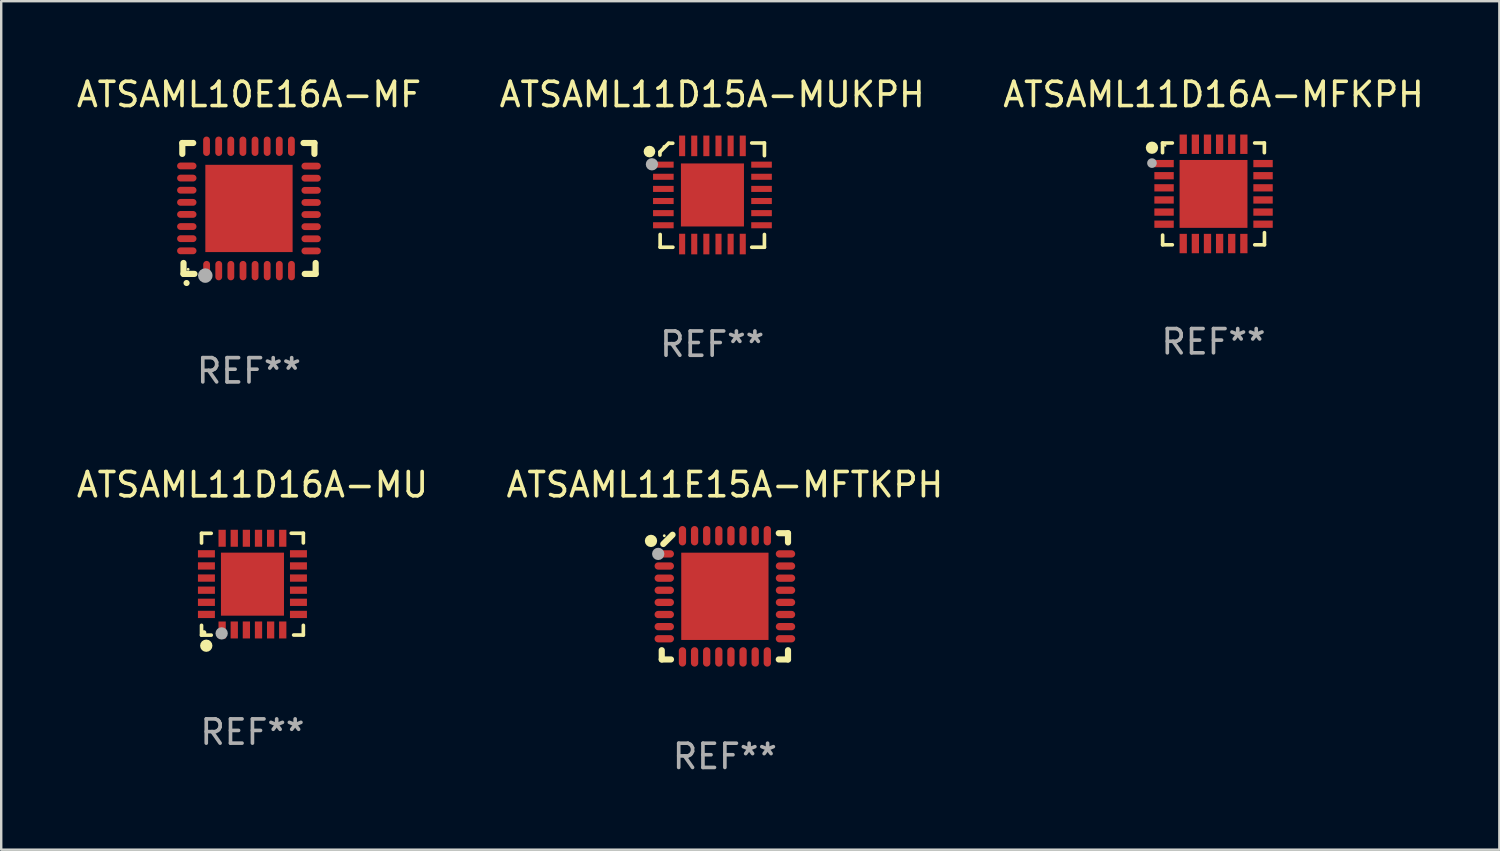
<source format=kicad_pcb>
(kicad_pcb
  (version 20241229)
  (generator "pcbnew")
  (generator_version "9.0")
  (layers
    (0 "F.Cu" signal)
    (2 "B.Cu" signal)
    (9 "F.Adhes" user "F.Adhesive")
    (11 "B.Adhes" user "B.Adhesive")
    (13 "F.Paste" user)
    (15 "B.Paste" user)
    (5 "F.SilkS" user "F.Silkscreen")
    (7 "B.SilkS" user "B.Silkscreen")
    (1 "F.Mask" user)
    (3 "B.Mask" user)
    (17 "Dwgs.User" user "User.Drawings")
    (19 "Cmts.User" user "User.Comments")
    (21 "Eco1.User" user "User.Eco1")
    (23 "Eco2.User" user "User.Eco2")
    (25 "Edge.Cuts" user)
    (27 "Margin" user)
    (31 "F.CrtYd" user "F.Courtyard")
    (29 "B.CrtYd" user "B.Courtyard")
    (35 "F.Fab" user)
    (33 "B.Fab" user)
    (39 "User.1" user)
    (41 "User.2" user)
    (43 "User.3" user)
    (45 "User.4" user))
  (footprint "ATSAML11D15A-MUKPH"
    (layer "F.Cu")
    (at 26.327 4.998)
    (property "Reference" "ATSAML11D15A-MUKPH" (at 0 -4.15 0) (layer "F.SilkS") (effects (font (size 1 1) (thickness 0.15))))
    (attr through_hole)
    (fp_line (start -2.155 -1.779) (end -2.155 -1.652) (stroke (width 0.15) (type solid)) (layer "F.SilkS"))
    (fp_line (start -2.146 2.15) (end -2.146 1.624) (stroke (width 0.15) (type solid)) (layer "F.SilkS"))
    (fp_line (start -1.795 -2.14) (end -2.155 -1.779) (stroke (width 0.15) (type solid)) (layer "F.SilkS"))
    (fp_line (start -1.625 -2.14) (end -1.795 -2.14) (stroke (width 0.15) (type solid)) (layer "F.SilkS"))
    (fp_line (start -1.62 2.15) (end -2.146 2.15) (stroke (width 0.15) (type solid)) (layer "F.SilkS"))
    (fp_line (start 1.631 -2.15) (end 2.155 -2.15) (stroke (width 0.15) (type solid)) (layer "F.SilkS"))
    (fp_line (start 1.631 2.15) (end 2.155 2.15) (stroke (width 0.15) (type solid)) (layer "F.SilkS"))
    (fp_line (start 2.155 -2.15) (end 2.155 -1.627) (stroke (width 0.15) (type solid)) (layer "F.SilkS"))
    (fp_line (start 2.155 2.15) (end 2.155 1.624) (stroke (width 0.15) (type solid)) (layer "F.SilkS"))
    (fp_circle (center -2.587 -1.796) (end -2.467 -1.796) (stroke (width 0.24) (type solid)) (fill no) (layer "F.SilkS"))
    (fp_circle (center -1.99 -2.006) (end -1.96 -2.006) (stroke (width 0.06) (type solid)) (fill no) (layer "F.SilkS"))
    (fp_circle (center -2.485 -1.271) (end -2.358 -1.271) (stroke (width 0.254) (type solid)) (fill no) (layer "F.Fab"))
    (fp_text user "REF**" (at 0 6.15 0) (layer "F.Fab") (effects (font (size 1 1) (thickness 0.15))))
    (pad "1" smd rect (at -2.014 -1.256) (size 0.85 0.25) (layers "F.Cu" "F.Mask" "F.Paste"))
    (pad "2" smd rect (at -2.014 -0.756) (size 0.85 0.25) (layers "F.Cu" "F.Mask" "F.Paste"))
    (pad "3" smd rect (at -2.014 -0.256) (size 0.85 0.25) (layers "F.Cu" "F.Mask" "F.Paste"))
    (pad "4" smd rect (at -2.014 0.244) (size 0.85 0.25) (layers "F.Cu" "F.Mask" "F.Paste"))
    (pad "5" smd rect (at -2.014 0.744) (size 0.85 0.25) (layers "F.Cu" "F.Mask" "F.Paste"))
    (pad "6" smd rect (at -2.014 1.244) (size 0.85 0.25) (layers "F.Cu" "F.Mask" "F.Paste"))
    (pad "7" smd rect (at -1.239 2.019 90) (size 0.85 0.25) (layers "F.Cu" "F.Mask" "F.Paste"))
    (pad "8" smd rect (at -0.74 2.019 90) (size 0.85 0.25) (layers "F.Cu" "F.Mask" "F.Paste"))
    (pad "9" smd rect (at -0.24 2.019 90) (size 0.85 0.25) (layers "F.Cu" "F.Mask" "F.Paste"))
    (pad "10" smd rect (at 0.261 2.019 90) (size 0.85 0.25) (layers "F.Cu" "F.Mask" "F.Paste"))
    (pad "11" smd rect (at 0.761 2.019 90) (size 0.85 0.25) (layers "F.Cu" "F.Mask" "F.Paste"))
    (pad "12" smd rect (at 1.261 2.019 90) (size 0.85 0.25) (layers "F.Cu" "F.Mask" "F.Paste"))
    (pad "13" smd rect (at 2.036 1.244) (size 0.85 0.25) (layers "F.Cu" "F.Mask" "F.Paste"))
    (pad "14" smd rect (at 2.036 0.744) (size 0.85 0.25) (layers "F.Cu" "F.Mask" "F.Paste"))
    (pad "15" smd rect (at 2.036 0.244) (size 0.85 0.25) (layers "F.Cu" "F.Mask" "F.Paste"))
    (pad "16" smd rect (at 2.036 -0.256) (size 0.85 0.25) (layers "F.Cu" "F.Mask" "F.Paste"))
    (pad "17" smd rect (at 2.036 -0.756) (size 0.85 0.25) (layers "F.Cu" "F.Mask" "F.Paste"))
    (pad "18" smd rect (at 2.036 -1.256) (size 0.85 0.25) (layers "F.Cu" "F.Mask" "F.Paste"))
    (pad "19" smd rect (at 1.261 -2.031 90) (size 0.85 0.25) (layers "F.Cu" "F.Mask" "F.Paste"))
    (pad "20" smd rect (at 0.761 -2.031 90) (size 0.85 0.25) (layers "F.Cu" "F.Mask" "F.Paste"))
    (pad "21" smd rect (at 0.261 -2.031 90) (size 0.85 0.25) (layers "F.Cu" "F.Mask" "F.Paste"))
    (pad "22" smd rect (at -0.24 -2.031 90) (size 0.85 0.25) (layers "F.Cu" "F.Mask" "F.Paste"))
    (pad "23" smd rect (at -0.74 -2.031 90) (size 0.85 0.25) (layers "F.Cu" "F.Mask" "F.Paste"))
    (pad "24" smd rect (at -1.239 -2.031 90) (size 0.85 0.25) (layers "F.Cu" "F.Mask" "F.Paste"))
    (pad "25" smd rect (at 0.011 -0.006) (size 2.6 2.6) (layers "F.Cu" "F.Mask" "F.Paste")))
  (footprint "ATSAML10E16A-MF"
    (layer "F.Cu")
    (at 7.22 5.548)
    (property "Reference" "ATSAML10E16A-MF" (at 0 -4.7 0) (layer "F.SilkS") (effects (font (size 1 1) (thickness 0.15))))
    (attr through_hole)
    (fp_line (start -2.75 -2.7) (end -2.75 -2.25) (stroke (width 0.254) (type solid)) (layer "F.SilkS"))
    (fp_line (start -2.7 2.7) (end -2.7 2.25) (stroke (width 0.254) (type solid)) (layer "F.SilkS"))
    (fp_line (start -2.3 -2.7) (end -2.75 -2.7) (stroke (width 0.254) (type solid)) (layer "F.SilkS"))
    (fp_line (start -2.25 2.7) (end -2.7 2.7) (stroke (width 0.254) (type solid)) (layer "F.SilkS"))
    (fp_line (start 2.3 2.7) (end 2.75 2.7) (stroke (width 0.254) (type solid)) (layer "F.SilkS"))
    (fp_line (start 2.7 -2.7) (end 2.25 -2.7) (stroke (width 0.254) (type solid)) (layer "F.SilkS"))
    (fp_line (start 2.7 -2.25) (end 2.7 -2.7) (stroke (width 0.254) (type solid)) (layer "F.SilkS"))
    (fp_line (start 2.75 2.7) (end 2.75 2.25) (stroke (width 0.254) (type solid)) (layer "F.SilkS"))
    (fp_arc (start -2.575565 3.075946) (mid -2.574295 3.07594) (end -2.573025 3.075946) (stroke (width 0.25) (type solid)) (layer "F.SilkS"))
    (fp_circle (center -2.51 2.51) (end -2.48 2.51) (stroke (width 0.06) (type solid)) (fill no) (layer "F.SilkS"))
    (fp_circle (center -1.803 2.769) (end -1.653 2.769) (stroke (width 0.3) (type solid)) (fill no) (layer "F.Fab"))
    (fp_text user "REF**" (at 0 6.7 0) (layer "F.Fab") (effects (font (size 1 1) (thickness 0.15))))
    (pad "1" smd oval (at -1.747 2.565) (size 0.28 0.8) (layers "F.Cu" "F.Mask" "F.Paste"))
    (pad "2" smd oval (at -1.247 2.565) (size 0.28 0.8) (layers "F.Cu" "F.Mask" "F.Paste"))
    (pad "3" smd oval (at -0.747 2.565) (size 0.28 0.8) (layers "F.Cu" "F.Mask" "F.Paste"))
    (pad "4" smd oval (at -0.246 2.565) (size 0.28 0.8) (layers "F.Cu" "F.Mask" "F.Paste"))
    (pad "5" smd oval (at 0.252 2.565) (size 0.28 0.8) (layers "F.Cu" "F.Mask" "F.Paste"))
    (pad "6" smd oval (at 0.752 2.565) (size 0.28 0.8) (layers "F.Cu" "F.Mask" "F.Paste"))
    (pad "7" smd oval (at 1.252 2.565) (size 0.28 0.8) (layers "F.Cu" "F.Mask" "F.Paste"))
    (pad "8" smd oval (at 1.753 2.565) (size 0.28 0.8) (layers "F.Cu" "F.Mask" "F.Paste"))
    (pad "9" smd oval (at 2.565 1.753) (size 0.8 0.28) (layers "F.Cu" "F.Mask" "F.Paste"))
    (pad "10" smd oval (at 2.565 1.252) (size 0.8 0.28) (layers "F.Cu" "F.Mask" "F.Paste"))
    (pad "11" smd oval (at 2.565 0.752) (size 0.8 0.28) (layers "F.Cu" "F.Mask" "F.Paste"))
    (pad "12" smd oval (at 2.565 0.252) (size 0.8 0.28) (layers "F.Cu" "F.Mask" "F.Paste"))
    (pad "13" smd oval (at 2.565 -0.246) (size 0.8 0.28) (layers "F.Cu" "F.Mask" "F.Paste"))
    (pad "14" smd oval (at 2.565 -0.747) (size 0.8 0.28) (layers "F.Cu" "F.Mask" "F.Paste"))
    (pad "15" smd oval (at 2.565 -1.247) (size 0.8 0.28) (layers "F.Cu" "F.Mask" "F.Paste"))
    (pad "16" smd oval (at 2.565 -1.747) (size 0.8 0.28) (layers "F.Cu" "F.Mask" "F.Paste"))
    (pad "17" smd oval (at 1.75 -2.565) (size 0.28 0.8) (layers "F.Cu" "F.Mask" "F.Paste"))
    (pad "18" smd oval (at 1.25 -2.565) (size 0.28 0.8) (layers "F.Cu" "F.Mask" "F.Paste"))
    (pad "19" smd oval (at 0.75 -2.565) (size 0.28 0.8) (layers "F.Cu" "F.Mask" "F.Paste"))
    (pad "20" smd oval (at 0.25 -2.565) (size 0.28 0.8) (layers "F.Cu" "F.Mask" "F.Paste"))
    (pad "21" smd oval (at -0.25 -2.565) (size 0.28 0.8) (layers "F.Cu" "F.Mask" "F.Paste"))
    (pad "22" smd oval (at -0.75 -2.565) (size 0.28 0.8) (layers "F.Cu" "F.Mask" "F.Paste"))
    (pad "23" smd oval (at -1.25 -2.565) (size 0.28 0.8) (layers "F.Cu" "F.Mask" "F.Paste"))
    (pad "24" smd oval (at -1.75 -2.565) (size 0.28 0.8) (layers "F.Cu" "F.Mask" "F.Paste"))
    (pad "25" smd oval (at -2.565 -1.753) (size 0.8 0.28) (layers "F.Cu" "F.Mask" "F.Paste"))
    (pad "26" smd oval (at -2.565 -1.252) (size 0.8 0.28) (layers "F.Cu" "F.Mask" "F.Paste"))
    (pad "27" smd oval (at -2.565 -0.752) (size 0.8 0.28) (layers "F.Cu" "F.Mask" "F.Paste"))
    (pad "28" smd oval (at -2.565 -0.251) (size 0.8 0.28) (layers "F.Cu" "F.Mask" "F.Paste"))
    (pad "29" smd oval (at -2.565 0.246) (size 0.8 0.28) (layers "F.Cu" "F.Mask" "F.Paste"))
    (pad "30" smd oval (at -2.565 0.747) (size 0.8 0.28) (layers "F.Cu" "F.Mask" "F.Paste"))
    (pad "31" smd oval (at -2.565 1.247) (size 0.8 0.28) (layers "F.Cu" "F.Mask" "F.Paste"))
    (pad "32" smd oval (at -2.565 1.748) (size 0.8 0.28) (layers "F.Cu" "F.Mask" "F.Paste"))
    (pad "33" smd rect (at 0.000076 0.000076) (size 3.6 3.6) (layers "F.Cu" "F.Mask" "F.Paste")))
  (footprint "ATSAML11D16A-MU"
    (layer "F.Cu")
    (at 7.363 21.047)
    (property "Reference" "ATSAML11D16A-MU" (at 0 -4.102 0) (layer "F.SilkS") (effects (font (size 1 1) (thickness 0.15))))
    (attr through_hole)
    (fp_line (start -2.1 -2.098) (end -1.7 -2.098) (stroke (width 0.15) (type solid)) (layer "F.SilkS"))
    (fp_line (start -2.1 -1.698) (end -2.1 -2.098) (stroke (width 0.15) (type solid)) (layer "F.SilkS"))
    (fp_line (start -2.1 2.102) (end -2.1 1.698) (stroke (width 0.15) (type solid)) (layer "F.SilkS"))
    (fp_line (start -1.7 2.102) (end -2.1 2.102) (stroke (width 0.15) (type solid)) (layer "F.SilkS"))
    (fp_line (start 1.6 -2.102) (end 2.1 -2.102) (stroke (width 0.15) (type solid)) (layer "F.SilkS"))
    (fp_line (start 1.7 2.098) (end 2.1 2.098) (stroke (width 0.15) (type solid)) (layer "F.SilkS"))
    (fp_line (start 2.1 -2.102) (end 2.1 -1.702) (stroke (width 0.15) (type solid)) (layer "F.SilkS"))
    (fp_line (start 2.1 2.098) (end 2.1 1.698) (stroke (width 0.15) (type solid)) (layer "F.SilkS"))
    (fp_circle (center -2 1.998) (end -1.95 1.998) (stroke (width 0.1) (type solid)) (fill no) (layer "F.SilkS"))
    (fp_circle (center -1.905 2.538) (end -1.778 2.538) (stroke (width 0.254) (type solid)) (fill no) (layer "F.SilkS"))
    (fp_circle (center -1.27 2.03) (end -1.143 2.03) (stroke (width 0.254) (type solid)) (fill no) (layer "F.Fab"))
    (fp_text user "REF**" (at 0 6.102 0) (layer "F.Fab") (effects (font (size 1 1) (thickness 0.15))))
    (pad "1" smd rect (at -1.25 1.89 180) (size 0.3 0.7) (layers "F.Cu" "F.Mask" "F.Paste"))
    (pad "2" smd rect (at -0.75 1.889 180) (size 0.3 0.7) (layers "F.Cu" "F.Mask" "F.Paste"))
    (pad "3" smd rect (at -0.25 1.889 180) (size 0.3 0.7) (layers "F.Cu" "F.Mask" "F.Paste"))
    (pad "4" smd rect (at 0.25 1.889 180) (size 0.3 0.7) (layers "F.Cu" "F.Mask" "F.Paste"))
    (pad "5" smd rect (at 0.75 1.889 180) (size 0.3 0.7) (layers "F.Cu" "F.Mask" "F.Paste"))
    (pad "6" smd rect (at 1.25 1.889 180) (size 0.3 0.7) (layers "F.Cu" "F.Mask" "F.Paste"))
    (pad "7" smd rect (at 1.898 1.248 270) (size 0.3 0.7) (layers "F.Cu" "F.Mask" "F.Paste"))
    (pad "8" smd rect (at 1.898 0.748 270) (size 0.3 0.7) (layers "F.Cu" "F.Mask" "F.Paste"))
    (pad "9" smd rect (at 1.898 0.248 270) (size 0.3 0.7) (layers "F.Cu" "F.Mask" "F.Paste"))
    (pad "10" smd rect (at 1.898 -0.252 270) (size 0.3 0.7) (layers "F.Cu" "F.Mask" "F.Paste"))
    (pad "11" smd rect (at 1.898 -0.752 270) (size 0.3 0.7) (layers "F.Cu" "F.Mask" "F.Paste"))
    (pad "12" smd rect (at 1.898 -1.252 270) (size 0.3 0.7) (layers "F.Cu" "F.Mask" "F.Paste"))
    (pad "13" smd rect (at 1.25 -1.894) (size 0.3 0.7) (layers "F.Cu" "F.Mask" "F.Paste"))
    (pad "14" smd rect (at 0.75 -1.894) (size 0.3 0.7) (layers "F.Cu" "F.Mask" "F.Paste"))
    (pad "15" smd rect (at 0.25 -1.894) (size 0.3 0.7) (layers "F.Cu" "F.Mask" "F.Paste"))
    (pad "16" smd rect (at -0.25 -1.894) (size 0.3 0.7) (layers "F.Cu" "F.Mask" "F.Paste"))
    (pad "17" smd rect (at -0.75 -1.894) (size 0.3 0.7) (layers "F.Cu" "F.Mask" "F.Paste"))
    (pad "18" smd rect (at -1.25 -1.894) (size 0.3 0.7) (layers "F.Cu" "F.Mask" "F.Paste"))
    (pad "19" smd rect (at -1.898 -1.252 90) (size 0.3 0.7) (layers "F.Cu" "F.Mask" "F.Paste"))
    (pad "20" smd rect (at -1.898 -0.752 90) (size 0.3 0.7) (layers "F.Cu" "F.Mask" "F.Paste"))
    (pad "21" smd rect (at -1.898 -0.252 90) (size 0.3 0.7) (layers "F.Cu" "F.Mask" "F.Paste"))
    (pad "22" smd rect (at -1.898 0.248 90) (size 0.3 0.7) (layers "F.Cu" "F.Mask" "F.Paste"))
    (pad "23" smd rect (at -1.898 0.748 90) (size 0.3 0.7) (layers "F.Cu" "F.Mask" "F.Paste"))
    (pad "24" smd rect (at -1.898 1.248 90) (size 0.3 0.7) (layers "F.Cu" "F.Mask" "F.Paste"))
    (pad "25" smd rect (at 0.001 -0.001 90) (size 2.6 2.6) (layers "F.Cu" "F.Mask" "F.Paste")))
  (footprint "ATSAML11E15A-MFTKPH"
    (layer "F.Cu")
    (at 26.851 21.548)
    (property "Reference" "ATSAML11E15A-MFTKPH" (at 0 -4.604 0) (layer "F.SilkS") (effects (font (size 1 1) (thickness 0.15))))
    (attr through_hole)
    (fp_line (start -2.604 2.223) (end -2.604 2.604) (stroke (width 0.254) (type solid)) (layer "F.SilkS"))
    (fp_line (start -2.604 2.604) (end -2.223 2.604) (stroke (width 0.254) (type solid)) (layer "F.SilkS"))
    (fp_line (start -2.159 -2.54) (end -2.54 -2.159) (stroke (width 0.254) (type solid)) (layer "F.SilkS"))
    (fp_line (start 2.223 2.604) (end 2.604 2.604) (stroke (width 0.254) (type solid)) (layer "F.SilkS"))
    (fp_line (start 2.604 -2.604) (end 2.223 -2.604) (stroke (width 0.254) (type solid)) (layer "F.SilkS"))
    (fp_line (start 2.604 -2.223) (end 2.604 -2.604) (stroke (width 0.254) (type solid)) (layer "F.SilkS"))
    (fp_line (start 2.604 2.604) (end 2.604 2.223) (stroke (width 0.254) (type solid)) (layer "F.SilkS"))
    (fp_circle (center -3.048 -2.286) (end -2.921 -2.286) (stroke (width 0.254) (type solid)) (fill no) (layer "F.SilkS"))
    (fp_circle (center -2.5 -2.5) (end -2.47 -2.5) (stroke (width 0.06) (type solid)) (fill no) (layer "F.SilkS"))
    (fp_circle (center -2.75 -1.75) (end -2.623 -1.75) (stroke (width 0.254) (type solid)) (fill no) (layer "F.Fab"))
    (fp_text user "REF**" (at 0 6.604 0) (layer "F.Fab") (effects (font (size 1 1) (thickness 0.15))))
    (pad "1" smd oval (at -2.5 -1.75) (size 0.8 0.3) (layers "F.Cu" "F.Mask" "F.Paste"))
    (pad "2" smd oval (at -2.5 -1.25) (size 0.8 0.3) (layers "F.Cu" "F.Mask" "F.Paste"))
    (pad "3" smd oval (at -2.5 -0.75) (size 0.8 0.3) (layers "F.Cu" "F.Mask" "F.Paste"))
    (pad "4" smd oval (at -2.5 -0.25) (size 0.8 0.3) (layers "F.Cu" "F.Mask" "F.Paste"))
    (pad "5" smd oval (at -2.5 0.25) (size 0.8 0.3) (layers "F.Cu" "F.Mask" "F.Paste"))
    (pad "6" smd oval (at -2.5 0.75) (size 0.8 0.3) (layers "F.Cu" "F.Mask" "F.Paste"))
    (pad "7" smd oval (at -2.5 1.25) (size 0.8 0.3) (layers "F.Cu" "F.Mask" "F.Paste"))
    (pad "8" smd oval (at -2.5 1.75) (size 0.8 0.3) (layers "F.Cu" "F.Mask" "F.Paste"))
    (pad "9" smd oval (at -1.75 2.5) (size 0.3 0.8) (layers "F.Cu" "F.Mask" "F.Paste"))
    (pad "10" smd oval (at -1.25 2.5) (size 0.3 0.8) (layers "F.Cu" "F.Mask" "F.Paste"))
    (pad "11" smd oval (at -0.75 2.5) (size 0.3 0.8) (layers "F.Cu" "F.Mask" "F.Paste"))
    (pad "12" smd oval (at -0.25 2.5) (size 0.3 0.8) (layers "F.Cu" "F.Mask" "F.Paste"))
    (pad "13" smd oval (at 0.25 2.5) (size 0.3 0.8) (layers "F.Cu" "F.Mask" "F.Paste"))
    (pad "14" smd oval (at 0.75 2.5) (size 0.3 0.8) (layers "F.Cu" "F.Mask" "F.Paste"))
    (pad "15" smd oval (at 1.25 2.5) (size 0.3 0.8) (layers "F.Cu" "F.Mask" "F.Paste"))
    (pad "16" smd oval (at 1.75 2.5) (size 0.3 0.8) (layers "F.Cu" "F.Mask" "F.Paste"))
    (pad "17" smd oval (at 2.5 1.75) (size 0.8 0.3) (layers "F.Cu" "F.Mask" "F.Paste"))
    (pad "18" smd oval (at 2.5 1.25) (size 0.8 0.3) (layers "F.Cu" "F.Mask" "F.Paste"))
    (pad "19" smd oval (at 2.5 0.75) (size 0.8 0.3) (layers "F.Cu" "F.Mask" "F.Paste"))
    (pad "20" smd oval (at 2.5 0.25) (size 0.8 0.3) (layers "F.Cu" "F.Mask" "F.Paste"))
    (pad "21" smd oval (at 2.5 -0.25) (size 0.8 0.3) (layers "F.Cu" "F.Mask" "F.Paste"))
    (pad "22" smd oval (at 2.5 -0.75) (size 0.8 0.3) (layers "F.Cu" "F.Mask" "F.Paste"))
    (pad "23" smd oval (at 2.5 -1.25) (size 0.8 0.3) (layers "F.Cu" "F.Mask" "F.Paste"))
    (pad "24" smd oval (at 2.5 -1.75) (size 0.8 0.3) (layers "F.Cu" "F.Mask" "F.Paste"))
    (pad "25" smd oval (at 1.75 -2.5) (size 0.3 0.8) (layers "F.Cu" "F.Mask" "F.Paste"))
    (pad "26" smd oval (at 1.25 -2.5) (size 0.3 0.8) (layers "F.Cu" "F.Mask" "F.Paste"))
    (pad "27" smd oval (at 0.75 -2.5) (size 0.3 0.8) (layers "F.Cu" "F.Mask" "F.Paste"))
    (pad "28" smd oval (at 0.25 -2.5) (size 0.3 0.8) (layers "F.Cu" "F.Mask" "F.Paste"))
    (pad "29" smd oval (at -0.25 -2.5) (size 0.3 0.8) (layers "F.Cu" "F.Mask" "F.Paste"))
    (pad "30" smd oval (at -0.75 -2.5) (size 0.3 0.8) (layers "F.Cu" "F.Mask" "F.Paste"))
    (pad "31" smd oval (at -1.25 -2.5) (size 0.3 0.8) (layers "F.Cu" "F.Mask" "F.Paste"))
    (pad "32" smd oval (at -1.75 -2.5) (size 0.3 0.8) (layers "F.Cu" "F.Mask" "F.Paste"))
    (pad "33" smd rect (at -0.000076 0) (size 3.6 3.6) (layers "F.Cu" "F.Mask" "F.Paste")))
  (footprint "ATSAML11D16A-MFKPH"
    (layer "F.Cu")
    (at 47.006 4.948)
    (property "Reference" "ATSAML11D16A-MFKPH" (at 0 -4.1 0) (layer "F.SilkS") (effects (font (size 1 1) (thickness 0.15))))
    (attr through_hole)
    (fp_line (start -2.102 -2.1) (end -1.698 -2.1) (stroke (width 0.15) (type solid)) (layer "F.SilkS"))
    (fp_line (start -2.102 -1.7) (end -2.102 -2.1) (stroke (width 0.15) (type solid)) (layer "F.SilkS"))
    (fp_line (start -2.098 1.7) (end -2.098 2.1) (stroke (width 0.15) (type solid)) (layer "F.SilkS"))
    (fp_line (start -2.098 2.1) (end -1.698 2.1) (stroke (width 0.15) (type solid)) (layer "F.SilkS"))
    (fp_line (start 1.698 -2.1) (end 2.098 -2.1) (stroke (width 0.15) (type solid)) (layer "F.SilkS"))
    (fp_line (start 2.098 -2.1) (end 2.098 -1.7) (stroke (width 0.15) (type solid)) (layer "F.SilkS"))
    (fp_line (start 2.102 1.6) (end 2.102 2.1) (stroke (width 0.15) (type solid)) (layer "F.SilkS"))
    (fp_line (start 2.102 2.1) (end 1.702 2.1) (stroke (width 0.15) (type solid)) (layer "F.SilkS"))
    (fp_circle (center -2.538 -1.905) (end -2.411 -1.905) (stroke (width 0.254) (type solid)) (fill no) (layer "F.SilkS"))
    (fp_circle (center -1.995 -1.996) (end -1.968 -1.996) (stroke (width 0.05) (type solid)) (fill no) (layer "F.SilkS"))
    (fp_circle (center -2.538 -1.27) (end -2.438 -1.27) (stroke (width 0.2) (type solid)) (fill no) (layer "F.Fab"))
    (fp_text user "REF**" (at 0 6.1 0) (layer "F.Fab") (effects (font (size 1 1) (thickness 0.15))))
    (pad "1" smd rect (at -2.039 -1.25) (size 0.8 0.3) (layers "F.Cu" "F.Mask" "F.Paste"))
    (pad "2" smd rect (at -2.039 -0.75) (size 0.8 0.3) (layers "F.Cu" "F.Mask" "F.Paste"))
    (pad "3" smd rect (at -2.039 -0.25) (size 0.8 0.3) (layers "F.Cu" "F.Mask" "F.Paste"))
    (pad "4" smd rect (at -2.039 0.25) (size 0.8 0.3) (layers "F.Cu" "F.Mask" "F.Paste"))
    (pad "5" smd rect (at -2.039 0.75) (size 0.8 0.3) (layers "F.Cu" "F.Mask" "F.Paste"))
    (pad "6" smd rect (at -2.039 1.25) (size 0.8 0.3) (layers "F.Cu" "F.Mask" "F.Paste"))
    (pad "7" smd rect (at -1.248 2.048) (size 0.3 0.8) (layers "F.Cu" "F.Mask" "F.Paste"))
    (pad "8" smd rect (at -0.748 2.048) (size 0.3 0.8) (layers "F.Cu" "F.Mask" "F.Paste"))
    (pad "9" smd rect (at -0.248 2.048) (size 0.3 0.8) (layers "F.Cu" "F.Mask" "F.Paste"))
    (pad "10" smd rect (at 0.252 2.048) (size 0.3 0.8) (layers "F.Cu" "F.Mask" "F.Paste"))
    (pad "11" smd rect (at 0.752 2.048) (size 0.3 0.8) (layers "F.Cu" "F.Mask" "F.Paste"))
    (pad "12" smd rect (at 1.252 2.048) (size 0.3 0.8) (layers "F.Cu" "F.Mask" "F.Paste"))
    (pad "13" smd rect (at 2.044 1.25) (size 0.8 0.3) (layers "F.Cu" "F.Mask" "F.Paste"))
    (pad "14" smd rect (at 2.044 0.75) (size 0.8 0.3) (layers "F.Cu" "F.Mask" "F.Paste"))
    (pad "15" smd rect (at 2.044 0.25) (size 0.8 0.3) (layers "F.Cu" "F.Mask" "F.Paste"))
    (pad "16" smd rect (at 2.044 -0.25) (size 0.8 0.3) (layers "F.Cu" "F.Mask" "F.Paste"))
    (pad "17" smd rect (at 2.044 -0.75) (size 0.8 0.3) (layers "F.Cu" "F.Mask" "F.Paste"))
    (pad "18" smd rect (at 2.044 -1.25) (size 0.8 0.3) (layers "F.Cu" "F.Mask" "F.Paste"))
    (pad "19" smd rect (at 1.252 -2.048) (size 0.3 0.8) (layers "F.Cu" "F.Mask" "F.Paste"))
    (pad "20" smd rect (at 0.752 -2.048) (size 0.3 0.8) (layers "F.Cu" "F.Mask" "F.Paste"))
    (pad "21" smd rect (at 0.252 -2.048) (size 0.3 0.8) (layers "F.Cu" "F.Mask" "F.Paste"))
    (pad "22" smd rect (at -0.248 -2.048) (size 0.3 0.8) (layers "F.Cu" "F.Mask" "F.Paste"))
    (pad "23" smd rect (at -0.748 -2.048) (size 0.3 0.8) (layers "F.Cu" "F.Mask" "F.Paste"))
    (pad "24" smd rect (at -1.248 -2.048) (size 0.3 0.8) (layers "F.Cu" "F.Mask" "F.Paste"))
    (pad "25" smd rect (at 0.001 0.001) (size 2.8 2.8) (layers "F.Cu" "F.Mask" "F.Paste")))
  (gr_rect
    (start -3 -3)
    (end 58.798 32)
    (stroke (width 0.1) (type default))
    (fill no)
    (layer "Edge.Cuts")))
</source>
